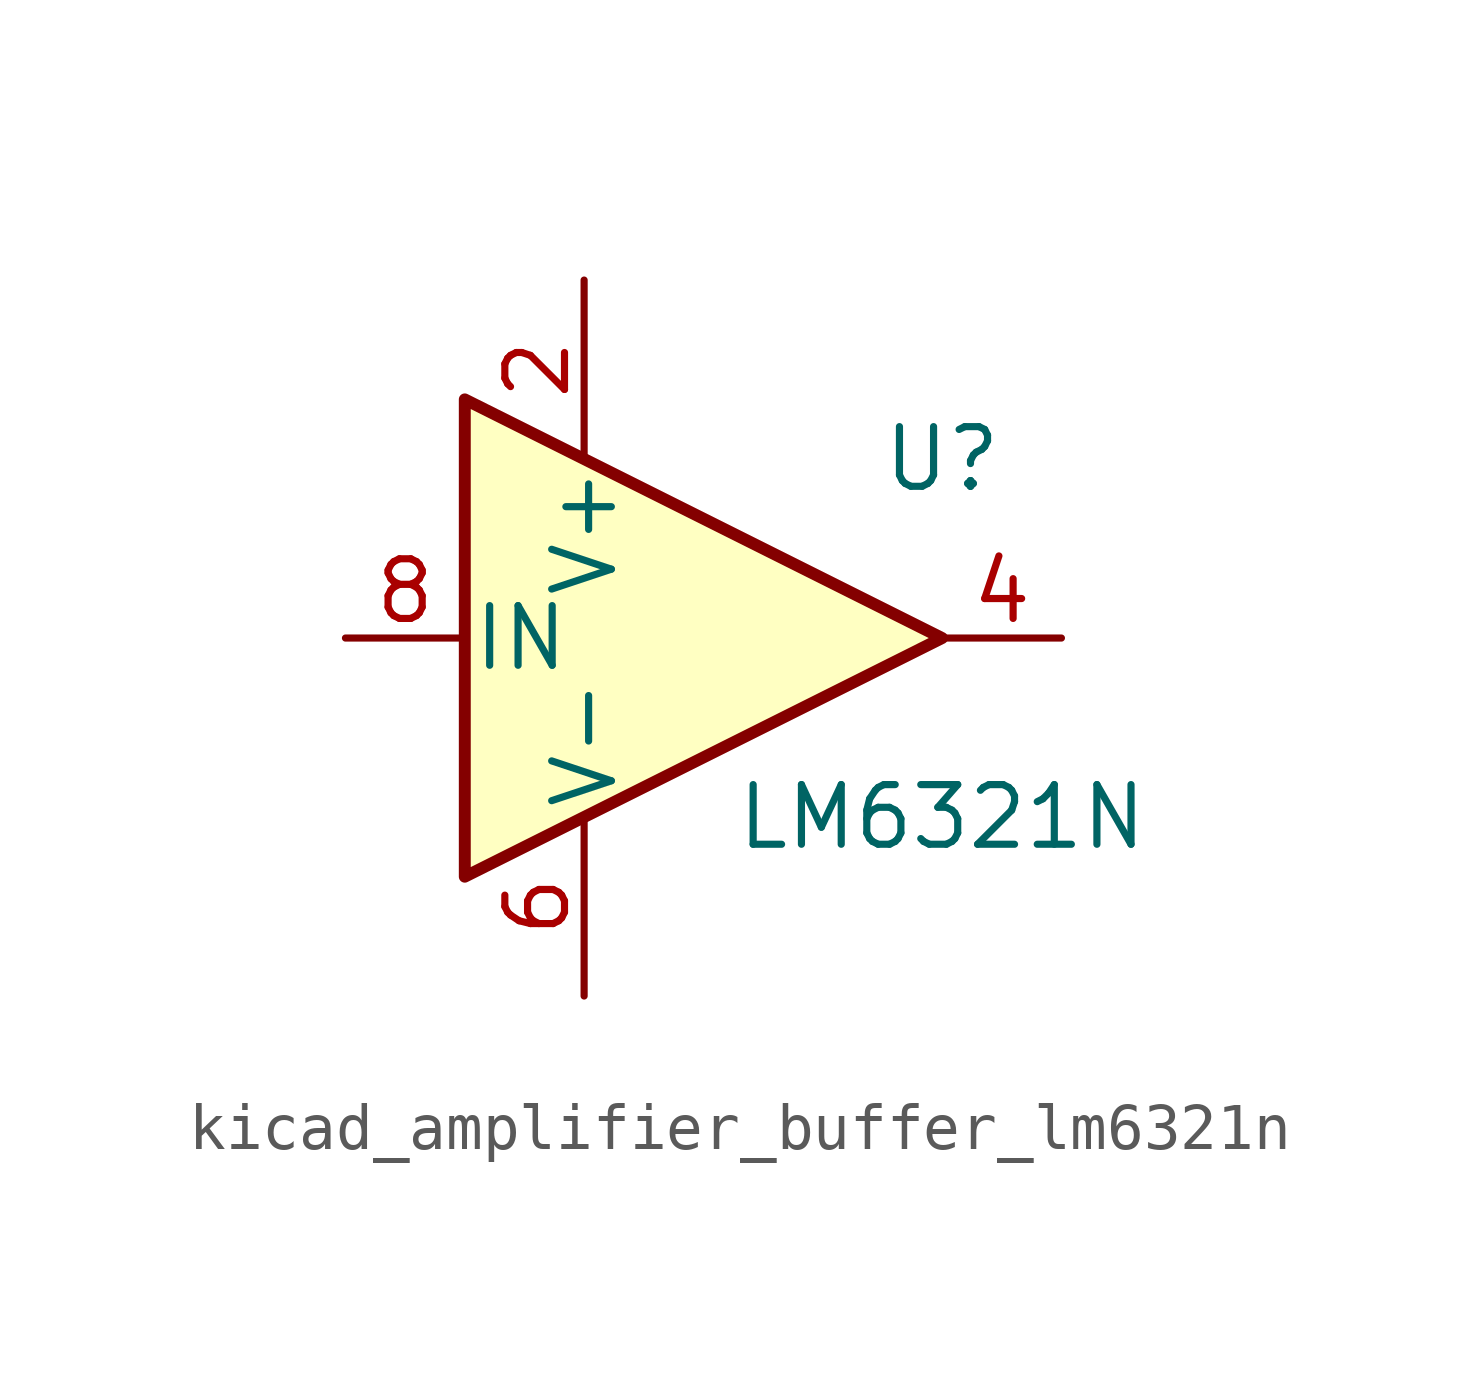
<source format=kicad_sym>
(kicad_symbol_lib
  (version 20220914)
  (generator kicad_symbol_editor)
  (symbol "kicad_amplifier_buffer_lm6321n"
    (pin_names
      (offset 0.127))
    (property "Reference" "U"
      (at 5.08 3.81 0)
      (effects (font (size 1.27 1.27))))
    (property "Value" "LM6321N"
      (at 5.08 -3.81 0)
      (effects (font (size 1.27 1.27))))
    (symbol "kicad_amplifier_buffer_lm6321n_0_1"
      (polyline (pts (xy 5.08 0) (xy -5.08 5.08) (xy -5.08 -5.08) (xy 5.08 0)) (stroke (width 0.254) (type default)) (fill (type background))))
    (symbol "kicad_amplifier_buffer_lm6321n_1_1"
      (pin no_connect line (at -2.54 -2.54 90) (length 2.54) hide (name "NC" (effects (font (size 1.27 1.27)))) (number "1" (effects (font (size 1.27 1.27)))))
      (pin power_in line (at -2.54 7.62 270) (length 3.81) (name "V+" (effects (font (size 1.27 1.27)))) (number "2" (effects (font (size 1.27 1.27)))))
      (pin no_connect line (at 0 -2.54 90) (length 2.54) hide (name "NC" (effects (font (size 1.27 1.27)))) (number "3" (effects (font (size 1.27 1.27)))))
      (pin output line (at 7.62 0 180) (length 2.54) (name "~" (effects (font (size 1.27 1.27)))) (number "4" (effects (font (size 1.27 1.27)))))
      (pin no_connect line (at -2.54 2.54 270) (length 2.54) hide (name "NC" (effects (font (size 1.27 1.27)))) (number "5" (effects (font (size 1.27 1.27)))))
      (pin power_in line (at -2.54 -7.62 90) (length 3.81) (name "V-" (effects (font (size 1.27 1.27)))) (number "6" (effects (font (size 1.27 1.27)))))
      (pin no_connect line (at 0 2.54 270) (length 2.54) hide (name "NC" (effects (font (size 1.27 1.27)))) (number "7" (effects (font (size 1.27 1.27)))))
      (pin input line (at -7.62 0 0) (length 2.54) (name "IN" (effects (font (size 1.27 1.27)))) (number "8" (effects (font (size 1.27 1.27))))))))
</source>
